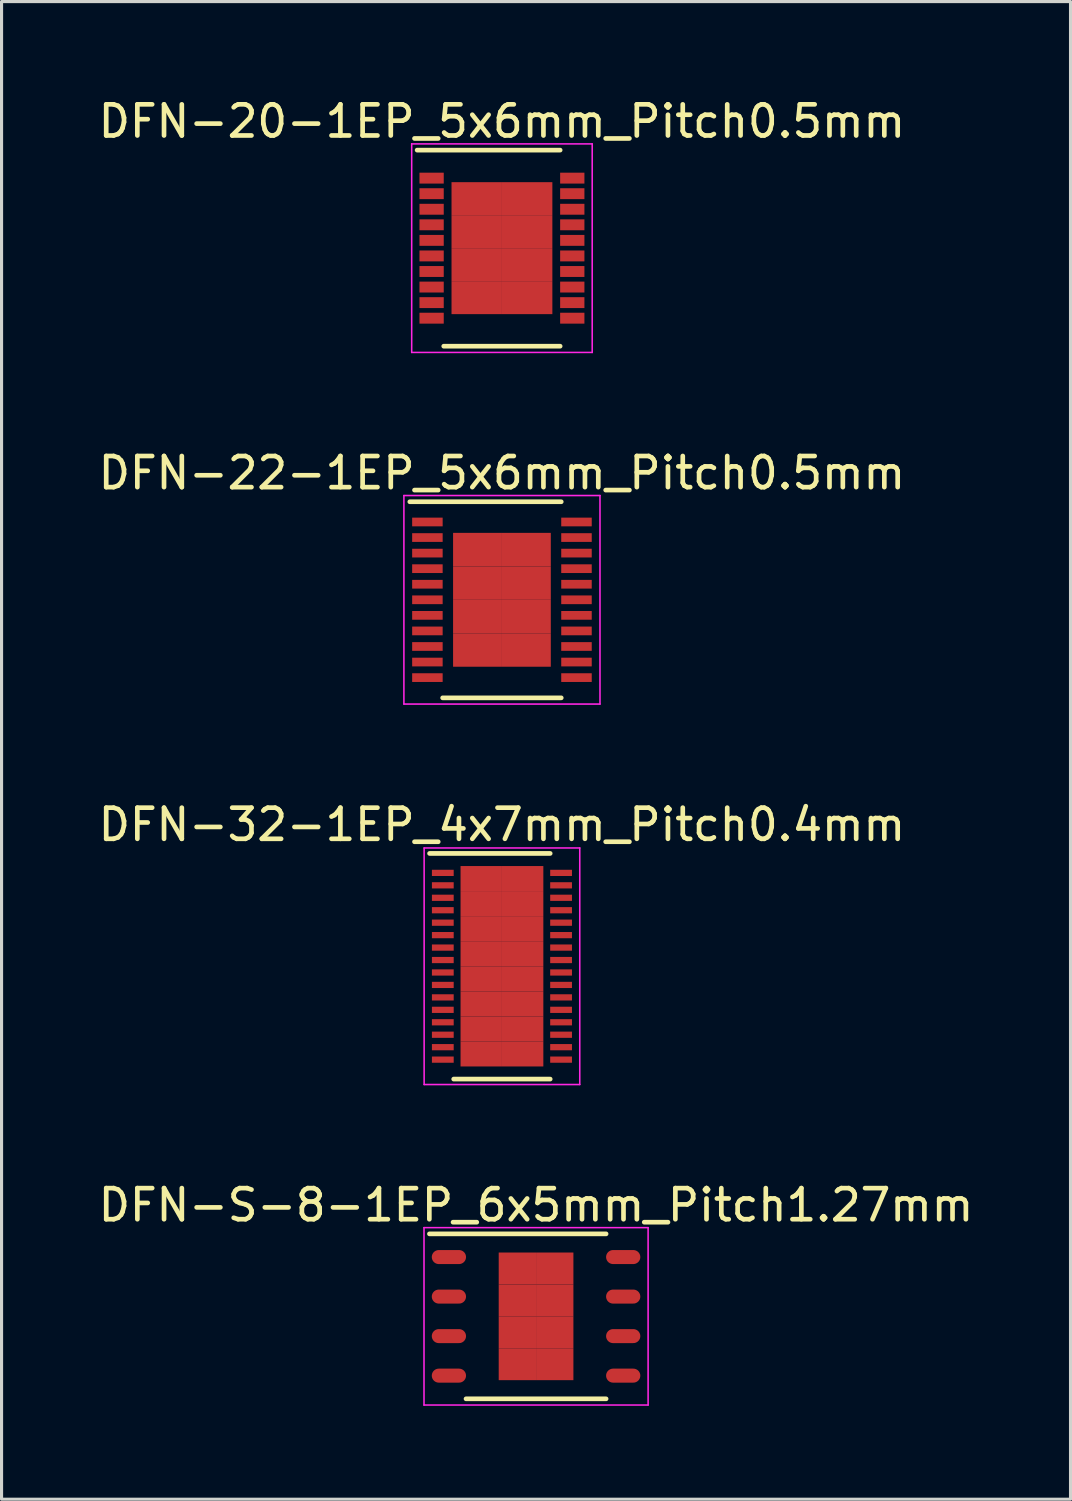
<source format=kicad_pcb>
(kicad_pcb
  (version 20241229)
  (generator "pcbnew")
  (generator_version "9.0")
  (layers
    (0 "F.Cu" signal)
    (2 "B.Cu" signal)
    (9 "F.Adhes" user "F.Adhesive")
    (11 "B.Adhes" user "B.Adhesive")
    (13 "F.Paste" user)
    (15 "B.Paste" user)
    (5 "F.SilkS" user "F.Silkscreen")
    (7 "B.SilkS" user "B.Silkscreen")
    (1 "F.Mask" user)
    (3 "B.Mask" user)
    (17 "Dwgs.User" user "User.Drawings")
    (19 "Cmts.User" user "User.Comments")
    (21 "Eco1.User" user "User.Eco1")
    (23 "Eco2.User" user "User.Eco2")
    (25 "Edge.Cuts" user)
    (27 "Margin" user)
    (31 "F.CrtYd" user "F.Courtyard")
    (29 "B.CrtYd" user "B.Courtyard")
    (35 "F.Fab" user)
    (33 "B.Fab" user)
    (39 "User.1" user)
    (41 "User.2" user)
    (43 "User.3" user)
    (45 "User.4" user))
  (footprint "DFN-22-1EP_5x6mm_Pitch0.5mm"
    (layer "F.Cu")
    (at 13.077 16.221)
    (property "Reference" "DFN-22-1EP_5x6mm_Pitch0.5mm" (at 0 -4.075 0) (layer "F.SilkS") (effects (font (size 1 1) (thickness 0.15))))
    (attr smd)
    (fp_line (start -2.96 -3.15) (end 1.905 -3.15) (stroke (width 0.15) (type solid)) (layer "F.SilkS"))
    (fp_line (start -1.905 3.15) (end 1.905 3.15) (stroke (width 0.15) (type solid)) (layer "F.SilkS"))
    (fp_line (start -3.15 -3.35) (end -3.15 3.35) (stroke (width 0.05) (type solid)) (layer "F.CrtYd"))
    (fp_line (start -3.15 -3.35) (end 3.15 -3.35) (stroke (width 0.05) (type solid)) (layer "F.CrtYd"))
    (fp_line (start -3.15 3.35) (end 3.15 3.35) (stroke (width 0.05) (type solid)) (layer "F.CrtYd"))
    (fp_line (start 3.15 -3.35) (end 3.15 3.35) (stroke (width 0.05) (type solid)) (layer "F.CrtYd"))
    (pad "1" smd rect (at -2.395 -2.5) (size 0.98 0.28) (layers "F.Cu" "F.Mask" "F.Paste"))
    (pad "2" smd rect (at -2.395 -2) (size 0.98 0.28) (layers "F.Cu" "F.Mask" "F.Paste"))
    (pad "3" smd rect (at -2.395 -1.5) (size 0.98 0.28) (layers "F.Cu" "F.Mask" "F.Paste"))
    (pad "4" smd rect (at -2.395 -1) (size 0.98 0.28) (layers "F.Cu" "F.Mask" "F.Paste"))
    (pad "5" smd rect (at -2.395 -0.5) (size 0.98 0.28) (layers "F.Cu" "F.Mask" "F.Paste"))
    (pad "6" smd rect (at -2.395 0) (size 0.98 0.28) (layers "F.Cu" "F.Mask" "F.Paste"))
    (pad "7" smd rect (at -2.395 0.5) (size 0.98 0.28) (layers "F.Cu" "F.Mask" "F.Paste"))
    (pad "8" smd rect (at -2.395 1) (size 0.98 0.28) (layers "F.Cu" "F.Mask" "F.Paste"))
    (pad "9" smd rect (at -2.395 1.5) (size 0.98 0.28) (layers "F.Cu" "F.Mask" "F.Paste"))
    (pad "10" smd rect (at -2.395 2) (size 0.98 0.28) (layers "F.Cu" "F.Mask" "F.Paste"))
    (pad "11" smd rect (at -2.395 2.5) (size 0.98 0.28) (layers "F.Cu" "F.Mask" "F.Paste"))
    (pad "12" smd rect (at 2.395 2.5) (size 0.98 0.28) (layers "F.Cu" "F.Mask" "F.Paste"))
    (pad "13" smd rect (at 2.395 2) (size 0.98 0.28) (layers "F.Cu" "F.Mask" "F.Paste"))
    (pad "14" smd rect (at 2.395 1.5) (size 0.98 0.28) (layers "F.Cu" "F.Mask" "F.Paste"))
    (pad "15" smd rect (at 2.395 1) (size 0.98 0.28) (layers "F.Cu" "F.Mask" "F.Paste"))
    (pad "16" smd rect (at 2.395 0.5) (size 0.98 0.28) (layers "F.Cu" "F.Mask" "F.Paste"))
    (pad "17" smd rect (at 2.395 0) (size 0.98 0.28) (layers "F.Cu" "F.Mask" "F.Paste"))
    (pad "18" smd rect (at 2.395 -0.5) (size 0.98 0.28) (layers "F.Cu" "F.Mask" "F.Paste"))
    (pad "19" smd rect (at 2.395 -1) (size 0.98 0.28) (layers "F.Cu" "F.Mask" "F.Paste"))
    (pad "20" smd rect (at 2.395 -1.5) (size 0.98 0.28) (layers "F.Cu" "F.Mask" "F.Paste"))
    (pad "21" smd rect (at 2.395 -2) (size 0.98 0.28) (layers "F.Cu" "F.Mask" "F.Paste"))
    (pad "22" smd rect (at 2.395 -2.5) (size 0.98 0.28) (layers "F.Cu" "F.Mask" "F.Paste"))
    (pad "23" smd rect (at -0.785 -1.613) (size 1.57 1.075) (layers "F.Cu" "F.Mask" "F.Paste"))
    (pad "23" smd rect (at -0.785 -0.537) (size 1.57 1.075) (layers "F.Cu" "F.Mask" "F.Paste"))
    (pad "23" smd rect (at -0.785 0.537) (size 1.57 1.075) (layers "F.Cu" "F.Mask" "F.Paste"))
    (pad "23" smd rect (at -0.785 1.613) (size 1.57 1.075) (layers "F.Cu" "F.Mask" "F.Paste"))
    (pad "23" smd rect (at 0.785 -1.613) (size 1.57 1.075) (layers "F.Cu" "F.Mask" "F.Paste"))
    (pad "23" smd rect (at 0.785 -0.537) (size 1.57 1.075) (layers "F.Cu" "F.Mask" "F.Paste"))
    (pad "23" smd rect (at 0.785 0.537) (size 1.57 1.075) (layers "F.Cu" "F.Mask" "F.Paste"))
    (pad "23" smd rect (at 0.785 1.613) (size 1.57 1.075) (layers "F.Cu" "F.Mask" "F.Paste")))
  (footprint "DFN-32-1EP_4x7mm_Pitch0.4mm"
    (layer "F.Cu")
    (at 13.077 27.995)
    (property "Reference" "DFN-32-1EP_4x7mm_Pitch0.4mm" (at 0 -4.55 0) (layer "F.SilkS") (effects (font (size 1 1) (thickness 0.15))))
    (attr smd)
    (fp_line (start -2.325 -3.625) (end 1.55 -3.625) (stroke (width 0.15) (type solid)) (layer "F.SilkS"))
    (fp_line (start -1.55 3.625) (end 1.55 3.625) (stroke (width 0.15) (type solid)) (layer "F.SilkS"))
    (fp_line (start -2.5 -3.8) (end -2.5 3.8) (stroke (width 0.05) (type solid)) (layer "F.CrtYd"))
    (fp_line (start -2.5 -3.8) (end 2.5 -3.8) (stroke (width 0.05) (type solid)) (layer "F.CrtYd"))
    (fp_line (start -2.5 3.8) (end 2.5 3.8) (stroke (width 0.05) (type solid)) (layer "F.CrtYd"))
    (fp_line (start 2.5 -3.8) (end 2.5 3.8) (stroke (width 0.05) (type solid)) (layer "F.CrtYd"))
    (pad "1" smd rect (at -1.9 -3) (size 0.7 0.2) (layers "F.Cu" "F.Mask" "F.Paste"))
    (pad "2" smd rect (at -1.9 -2.6) (size 0.7 0.2) (layers "F.Cu" "F.Mask" "F.Paste"))
    (pad "3" smd rect (at -1.9 -2.2) (size 0.7 0.2) (layers "F.Cu" "F.Mask" "F.Paste"))
    (pad "4" smd rect (at -1.9 -1.8) (size 0.7 0.2) (layers "F.Cu" "F.Mask" "F.Paste"))
    (pad "5" smd rect (at -1.9 -1.4) (size 0.7 0.2) (layers "F.Cu" "F.Mask" "F.Paste"))
    (pad "6" smd rect (at -1.9 -1) (size 0.7 0.2) (layers "F.Cu" "F.Mask" "F.Paste"))
    (pad "7" smd rect (at -1.9 -0.6) (size 0.7 0.2) (layers "F.Cu" "F.Mask" "F.Paste"))
    (pad "8" smd rect (at -1.9 -0.2) (size 0.7 0.2) (layers "F.Cu" "F.Mask" "F.Paste"))
    (pad "9" smd rect (at -1.9 0.2) (size 0.7 0.2) (layers "F.Cu" "F.Mask" "F.Paste"))
    (pad "10" smd rect (at -1.9 0.6) (size 0.7 0.2) (layers "F.Cu" "F.Mask" "F.Paste"))
    (pad "11" smd rect (at -1.9 1) (size 0.7 0.2) (layers "F.Cu" "F.Mask" "F.Paste"))
    (pad "12" smd rect (at -1.9 1.4) (size 0.7 0.2) (layers "F.Cu" "F.Mask" "F.Paste"))
    (pad "13" smd rect (at -1.9 1.8) (size 0.7 0.2) (layers "F.Cu" "F.Mask" "F.Paste"))
    (pad "14" smd rect (at -1.9 2.2) (size 0.7 0.2) (layers "F.Cu" "F.Mask" "F.Paste"))
    (pad "15" smd rect (at -1.9 2.6) (size 0.7 0.2) (layers "F.Cu" "F.Mask" "F.Paste"))
    (pad "16" smd rect (at -1.9 3) (size 0.7 0.2) (layers "F.Cu" "F.Mask" "F.Paste"))
    (pad "17" smd rect (at 1.9 3) (size 0.7 0.2) (layers "F.Cu" "F.Mask" "F.Paste"))
    (pad "18" smd rect (at 1.9 2.6) (size 0.7 0.2) (layers "F.Cu" "F.Mask" "F.Paste"))
    (pad "19" smd rect (at 1.9 2.2) (size 0.7 0.2) (layers "F.Cu" "F.Mask" "F.Paste"))
    (pad "20" smd rect (at 1.9 1.8) (size 0.7 0.2) (layers "F.Cu" "F.Mask" "F.Paste"))
    (pad "21" smd rect (at 1.9 1.4) (size 0.7 0.2) (layers "F.Cu" "F.Mask" "F.Paste"))
    (pad "22" smd rect (at 1.9 1) (size 0.7 0.2) (layers "F.Cu" "F.Mask" "F.Paste"))
    (pad "23" smd rect (at 1.9 0.6) (size 0.7 0.2) (layers "F.Cu" "F.Mask" "F.Paste"))
    (pad "24" smd rect (at 1.9 0.2) (size 0.7 0.2) (layers "F.Cu" "F.Mask" "F.Paste"))
    (pad "25" smd rect (at 1.9 -0.2) (size 0.7 0.2) (layers "F.Cu" "F.Mask" "F.Paste"))
    (pad "26" smd rect (at 1.9 -0.6) (size 0.7 0.2) (layers "F.Cu" "F.Mask" "F.Paste"))
    (pad "27" smd rect (at 1.9 -1) (size 0.7 0.2) (layers "F.Cu" "F.Mask" "F.Paste"))
    (pad "28" smd rect (at 1.9 -1.4) (size 0.7 0.2) (layers "F.Cu" "F.Mask" "F.Paste"))
    (pad "29" smd rect (at 1.9 -1.8) (size 0.7 0.2) (layers "F.Cu" "F.Mask" "F.Paste"))
    (pad "30" smd rect (at 1.9 -2.2) (size 0.7 0.2) (layers "F.Cu" "F.Mask" "F.Paste"))
    (pad "31" smd rect (at 1.9 -2.6) (size 0.7 0.2) (layers "F.Cu" "F.Mask" "F.Paste"))
    (pad "32" smd rect (at 1.9 -3) (size 0.7 0.2) (layers "F.Cu" "F.Mask" "F.Paste"))
    (pad "33" smd rect (at -0.665 -2.817) (size 1.33 0.805) (layers "F.Cu" "F.Mask" "F.Paste"))
    (pad "33" smd rect (at -0.665 -2.013) (size 1.33 0.805) (layers "F.Cu" "F.Mask" "F.Paste"))
    (pad "33" smd rect (at -0.665 -1.208) (size 1.33 0.805) (layers "F.Cu" "F.Mask" "F.Paste"))
    (pad "33" smd rect (at -0.665 -0.403) (size 1.33 0.805) (layers "F.Cu" "F.Mask" "F.Paste"))
    (pad "33" smd rect (at -0.665 0.403) (size 1.33 0.805) (layers "F.Cu" "F.Mask" "F.Paste"))
    (pad "33" smd rect (at -0.665 1.208) (size 1.33 0.805) (layers "F.Cu" "F.Mask" "F.Paste"))
    (pad "33" smd rect (at -0.665 2.013) (size 1.33 0.805) (layers "F.Cu" "F.Mask" "F.Paste"))
    (pad "33" smd rect (at -0.665 2.817) (size 1.33 0.805) (layers "F.Cu" "F.Mask" "F.Paste"))
    (pad "33" smd rect (at 0.665 -2.817) (size 1.33 0.805) (layers "F.Cu" "F.Mask" "F.Paste"))
    (pad "33" smd rect (at 0.665 -2.013) (size 1.33 0.805) (layers "F.Cu" "F.Mask" "F.Paste"))
    (pad "33" smd rect (at 0.665 -1.208) (size 1.33 0.805) (layers "F.Cu" "F.Mask" "F.Paste"))
    (pad "33" smd rect (at 0.665 -0.403) (size 1.33 0.805) (layers "F.Cu" "F.Mask" "F.Paste"))
    (pad "33" smd rect (at 0.665 0.403) (size 1.33 0.805) (layers "F.Cu" "F.Mask" "F.Paste"))
    (pad "33" smd rect (at 0.665 1.208) (size 1.33 0.805) (layers "F.Cu" "F.Mask" "F.Paste"))
    (pad "33" smd rect (at 0.665 2.013) (size 1.33 0.805) (layers "F.Cu" "F.Mask" "F.Paste"))
    (pad "33" smd rect (at 0.665 2.817) (size 1.33 0.805) (layers "F.Cu" "F.Mask" "F.Paste")))
  (footprint "DFN-20-1EP_5x6mm_Pitch0.5mm"
    (layer "F.Cu")
    (at 13.077 4.923)
    (property "Reference" "DFN-20-1EP_5x6mm_Pitch0.5mm" (at 0 -4.075 0) (layer "F.SilkS") (effects (font (size 1 1) (thickness 0.15))))
    (attr smd)
    (fp_line (start -2.725 -3.15) (end 1.87 -3.15) (stroke (width 0.15) (type solid)) (layer "F.SilkS"))
    (fp_line (start -1.87 3.15) (end 1.87 3.15) (stroke (width 0.15) (type solid)) (layer "F.SilkS"))
    (fp_line (start -2.9 -3.35) (end -2.9 3.35) (stroke (width 0.05) (type solid)) (layer "F.CrtYd"))
    (fp_line (start -2.9 -3.35) (end 2.9 -3.35) (stroke (width 0.05) (type solid)) (layer "F.CrtYd"))
    (fp_line (start -2.9 3.35) (end 2.9 3.35) (stroke (width 0.05) (type solid)) (layer "F.CrtYd"))
    (fp_line (start 2.9 -3.35) (end 2.9 3.35) (stroke (width 0.05) (type solid)) (layer "F.CrtYd"))
    (pad "1" smd rect (at -2.26 -2.25) (size 0.78 0.35) (layers "F.Cu" "F.Mask" "F.Paste"))
    (pad "2" smd rect (at -2.26 -1.75) (size 0.78 0.35) (layers "F.Cu" "F.Mask" "F.Paste"))
    (pad "3" smd rect (at -2.26 -1.25) (size 0.78 0.35) (layers "F.Cu" "F.Mask" "F.Paste"))
    (pad "4" smd rect (at -2.26 -0.75) (size 0.78 0.35) (layers "F.Cu" "F.Mask" "F.Paste"))
    (pad "5" smd rect (at -2.26 -0.25) (size 0.78 0.35) (layers "F.Cu" "F.Mask" "F.Paste"))
    (pad "6" smd rect (at -2.26 0.25) (size 0.78 0.35) (layers "F.Cu" "F.Mask" "F.Paste"))
    (pad "7" smd rect (at -2.26 0.75) (size 0.78 0.35) (layers "F.Cu" "F.Mask" "F.Paste"))
    (pad "8" smd rect (at -2.26 1.25) (size 0.78 0.35) (layers "F.Cu" "F.Mask" "F.Paste"))
    (pad "9" smd rect (at -2.26 1.75) (size 0.78 0.35) (layers "F.Cu" "F.Mask" "F.Paste"))
    (pad "10" smd rect (at -2.26 2.25) (size 0.78 0.35) (layers "F.Cu" "F.Mask" "F.Paste"))
    (pad "11" smd rect (at 2.26 2.25) (size 0.78 0.35) (layers "F.Cu" "F.Mask" "F.Paste"))
    (pad "12" smd rect (at 2.26 1.75) (size 0.78 0.35) (layers "F.Cu" "F.Mask" "F.Paste"))
    (pad "13" smd rect (at 2.26 1.25) (size 0.78 0.35) (layers "F.Cu" "F.Mask" "F.Paste"))
    (pad "14" smd rect (at 2.26 0.75) (size 0.78 0.35) (layers "F.Cu" "F.Mask" "F.Paste"))
    (pad "15" smd rect (at 2.26 0.25) (size 0.78 0.35) (layers "F.Cu" "F.Mask" "F.Paste"))
    (pad "16" smd rect (at 2.26 -0.25) (size 0.78 0.35) (layers "F.Cu" "F.Mask" "F.Paste"))
    (pad "17" smd rect (at 2.26 -0.75) (size 0.78 0.35) (layers "F.Cu" "F.Mask" "F.Paste"))
    (pad "18" smd rect (at 2.26 -1.25) (size 0.78 0.35) (layers "F.Cu" "F.Mask" "F.Paste"))
    (pad "19" smd rect (at 2.26 -1.75) (size 0.78 0.35) (layers "F.Cu" "F.Mask" "F.Paste"))
    (pad "20" smd rect (at 2.26 -2.25) (size 0.78 0.35) (layers "F.Cu" "F.Mask" "F.Paste"))
    (pad "21" smd rect (at -0.81 -1.59) (size 1.62 1.06) (layers "F.Cu" "F.Mask" "F.Paste"))
    (pad "21" smd rect (at -0.81 -0.53) (size 1.62 1.06) (layers "F.Cu" "F.Mask" "F.Paste"))
    (pad "21" smd rect (at -0.81 0.53) (size 1.62 1.06) (layers "F.Cu" "F.Mask" "F.Paste"))
    (pad "21" smd rect (at -0.81 1.59) (size 1.62 1.06) (layers "F.Cu" "F.Mask" "F.Paste"))
    (pad "21" smd rect (at 0.81 -1.59) (size 1.62 1.06) (layers "F.Cu" "F.Mask" "F.Paste"))
    (pad "21" smd rect (at 0.81 -0.53) (size 1.62 1.06) (layers "F.Cu" "F.Mask" "F.Paste"))
    (pad "21" smd rect (at 0.81 0.53) (size 1.62 1.06) (layers "F.Cu" "F.Mask" "F.Paste"))
    (pad "21" smd rect (at 0.81 1.59) (size 1.62 1.06) (layers "F.Cu" "F.Mask" "F.Paste")))
  (footprint "DFN-S-8-1EP_6x5mm_Pitch1.27mm"
    (layer "F.Cu")
    (at 14.173 39.243)
    (property "Reference" "DFN-S-8-1EP_6x5mm_Pitch1.27mm" (at 0 -3.575 0) (layer "F.SilkS") (effects (font (size 1 1) (thickness 0.15))))
    (attr smd)
    (fp_line (start -3.425 -2.65) (end 2.25 -2.65) (stroke (width 0.15) (type solid)) (layer "F.SilkS"))
    (fp_line (start -2.25 2.65) (end 2.25 2.65) (stroke (width 0.15) (type solid)) (layer "F.SilkS"))
    (fp_line (start -3.6 -2.85) (end -3.6 2.85) (stroke (width 0.05) (type solid)) (layer "F.CrtYd"))
    (fp_line (start -3.6 -2.85) (end 3.6 -2.85) (stroke (width 0.05) (type solid)) (layer "F.CrtYd"))
    (fp_line (start -3.6 2.85) (end 3.6 2.85) (stroke (width 0.05) (type solid)) (layer "F.CrtYd"))
    (fp_line (start 3.6 -2.85) (end 3.6 2.85) (stroke (width 0.05) (type solid)) (layer "F.CrtYd"))
    (pad "1" smd oval (at -2.8 -1.905) (size 1.1 0.45) (layers "F.Cu" "F.Mask" "F.Paste"))
    (pad "2" smd oval (at -2.8 -0.635) (size 1.1 0.45) (layers "F.Cu" "F.Mask" "F.Paste"))
    (pad "3" smd oval (at -2.8 0.635) (size 1.1 0.45) (layers "F.Cu" "F.Mask" "F.Paste"))
    (pad "4" smd oval (at -2.8 1.905) (size 1.1 0.45) (layers "F.Cu" "F.Mask" "F.Paste"))
    (pad "5" smd oval (at 2.8 1.905) (size 1.1 0.45) (layers "F.Cu" "F.Mask" "F.Paste"))
    (pad "6" smd oval (at 2.8 0.635) (size 1.1 0.45) (layers "F.Cu" "F.Mask" "F.Paste"))
    (pad "7" smd oval (at 2.8 -0.635) (size 1.1 0.45) (layers "F.Cu" "F.Mask" "F.Paste"))
    (pad "8" smd oval (at 2.8 -1.905) (size 1.1 0.45) (layers "F.Cu" "F.Mask" "F.Paste"))
    (pad "9" smd rect (at -0.6 -1.538) (size 1.2 1.025) (layers "F.Cu" "F.Mask" "F.Paste"))
    (pad "9" smd rect (at -0.6 -0.512) (size 1.2 1.025) (layers "F.Cu" "F.Mask" "F.Paste"))
    (pad "9" smd rect (at -0.6 0.512) (size 1.2 1.025) (layers "F.Cu" "F.Mask" "F.Paste"))
    (pad "9" smd rect (at -0.6 1.538) (size 1.2 1.025) (layers "F.Cu" "F.Mask" "F.Paste"))
    (pad "9" smd rect (at 0.6 -1.538) (size 1.2 1.025) (layers "F.Cu" "F.Mask" "F.Paste"))
    (pad "9" smd rect (at 0.6 -0.512) (size 1.2 1.025) (layers "F.Cu" "F.Mask" "F.Paste"))
    (pad "9" smd rect (at 0.6 0.512) (size 1.2 1.025) (layers "F.Cu" "F.Mask" "F.Paste"))
    (pad "9" smd rect (at 0.6 1.538) (size 1.2 1.025) (layers "F.Cu" "F.Mask" "F.Paste")))
  (gr_rect
    (start -3 -3)
    (end 31.345 45.118)
    (stroke (width 0.1) (type default))
    (fill no)
    (layer "Edge.Cuts")))
</source>
